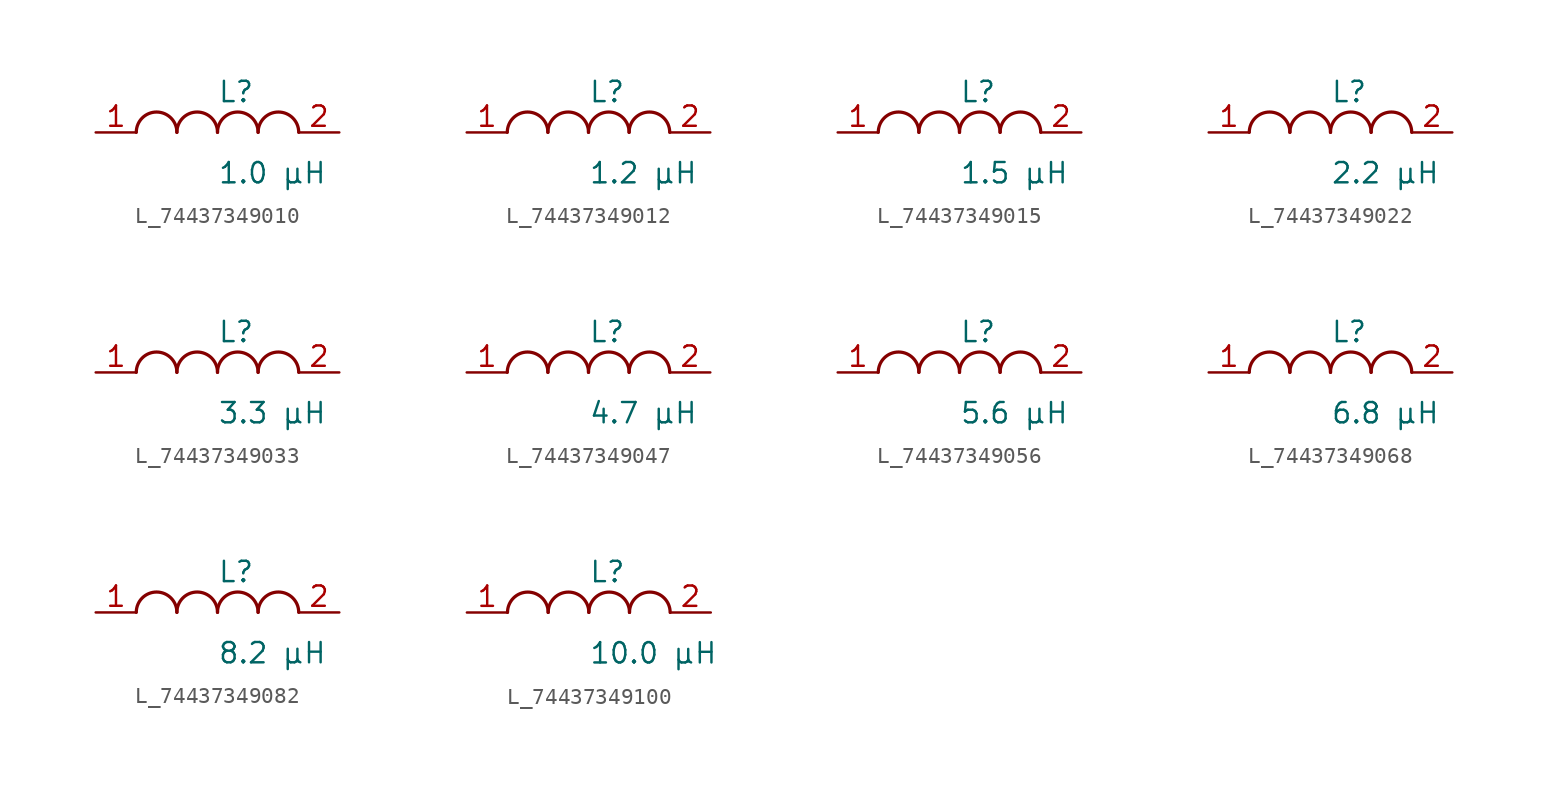
<source format=kicad_sym>
(kicad_symbol_lib
  (version 20231120)
  (generator kicad_symbol_editor)
  (generator_version 8.0)
  (symbol "L_74437349010"
    (pin_names
      (offset 0.254))
    (property "Reference" "L"
      (at 0 2.54 0)
      (effects (font (size 1.27 1.27)) (justify left)))
    (property "Value" "1.0 µH"
      (at 0 -2.54 0)
      (effects (font (size 1.27 1.27)) (justify left)))
    (symbol "L_74437349010_1_1"
      (arc (start -2.54 0.0056) (mid -3.81 1.27) (end -5.08 0.0056) (stroke (width 0.2032) (type default)) (fill (type none)))
      (arc (start 0 0.0056) (mid -1.27 1.27) (end -2.54 0.0056) (stroke (width 0.2032) (type default)) (fill (type none)))
      (arc (start 2.54 0.0056) (mid 1.27 1.27) (end 0 0.0056) (stroke (width 0.2032) (type default)) (fill (type none)))
      (arc (start 5.08 0.0056) (mid 3.81 1.27) (end 2.54 0.0056) (stroke (width 0.2032) (type default)) (fill (type none)))
      (pin passive line (at -7.62 0 0) (length 2.54) (name "" (effects (font (size 1.27 1.27)))) (number "1" (effects (font (size 1.27 1.27)))))
      (pin passive line (at 7.62 0 180) (length 2.54) (name "" (effects (font (size 1.27 1.27)))) (number "2" (effects (font (size 1.27 1.27)))))))
  (symbol "L_74437349012"
    (pin_names
      (offset 0.254))
    (property "Reference" "L"
      (at 0 2.54 0)
      (effects (font (size 1.27 1.27)) (justify left)))
    (property "Value" "1.2 µH"
      (at 0 -2.54 0)
      (effects (font (size 1.27 1.27)) (justify left)))
    (symbol "L_74437349012_1_1"
      (arc (start -2.54 0.0056) (mid -3.81 1.27) (end -5.08 0.0056) (stroke (width 0.2032) (type default)) (fill (type none)))
      (arc (start 0 0.0056) (mid -1.27 1.27) (end -2.54 0.0056) (stroke (width 0.2032) (type default)) (fill (type none)))
      (arc (start 2.54 0.0056) (mid 1.27 1.27) (end 0 0.0056) (stroke (width 0.2032) (type default)) (fill (type none)))
      (arc (start 5.08 0.0056) (mid 3.81 1.27) (end 2.54 0.0056) (stroke (width 0.2032) (type default)) (fill (type none)))
      (pin passive line (at -7.62 0 0) (length 2.54) (name "" (effects (font (size 1.27 1.27)))) (number "1" (effects (font (size 1.27 1.27)))))
      (pin passive line (at 7.62 0 180) (length 2.54) (name "" (effects (font (size 1.27 1.27)))) (number "2" (effects (font (size 1.27 1.27)))))))
  (symbol "L_74437349015"
    (pin_names
      (offset 0.254))
    (property "Reference" "L"
      (at 0 2.54 0)
      (effects (font (size 1.27 1.27)) (justify left)))
    (property "Value" "1.5 µH"
      (at 0 -2.54 0)
      (effects (font (size 1.27 1.27)) (justify left)))
    (symbol "L_74437349015_1_1"
      (arc (start -2.54 0.0056) (mid -3.81 1.27) (end -5.08 0.0056) (stroke (width 0.2032) (type default)) (fill (type none)))
      (arc (start 0 0.0056) (mid -1.27 1.27) (end -2.54 0.0056) (stroke (width 0.2032) (type default)) (fill (type none)))
      (arc (start 2.54 0.0056) (mid 1.27 1.27) (end 0 0.0056) (stroke (width 0.2032) (type default)) (fill (type none)))
      (arc (start 5.08 0.0056) (mid 3.81 1.27) (end 2.54 0.0056) (stroke (width 0.2032) (type default)) (fill (type none)))
      (pin passive line (at -7.62 0 0) (length 2.54) (name "" (effects (font (size 1.27 1.27)))) (number "1" (effects (font (size 1.27 1.27)))))
      (pin passive line (at 7.62 0 180) (length 2.54) (name "" (effects (font (size 1.27 1.27)))) (number "2" (effects (font (size 1.27 1.27)))))))
  (symbol "L_74437349022"
    (pin_names
      (offset 0.254))
    (property "Reference" "L"
      (at 0 2.54 0)
      (effects (font (size 1.27 1.27)) (justify left)))
    (property "Value" "2.2 µH"
      (at 0 -2.54 0)
      (effects (font (size 1.27 1.27)) (justify left)))
    (symbol "L_74437349022_1_1"
      (arc (start -2.54 0.0056) (mid -3.81 1.27) (end -5.08 0.0056) (stroke (width 0.2032) (type default)) (fill (type none)))
      (arc (start 0 0.0056) (mid -1.27 1.27) (end -2.54 0.0056) (stroke (width 0.2032) (type default)) (fill (type none)))
      (arc (start 2.54 0.0056) (mid 1.27 1.27) (end 0 0.0056) (stroke (width 0.2032) (type default)) (fill (type none)))
      (arc (start 5.08 0.0056) (mid 3.81 1.27) (end 2.54 0.0056) (stroke (width 0.2032) (type default)) (fill (type none)))
      (pin passive line (at -7.62 0 0) (length 2.54) (name "" (effects (font (size 1.27 1.27)))) (number "1" (effects (font (size 1.27 1.27)))))
      (pin passive line (at 7.62 0 180) (length 2.54) (name "" (effects (font (size 1.27 1.27)))) (number "2" (effects (font (size 1.27 1.27)))))))
  (symbol "L_74437349033"
    (pin_names
      (offset 0.254))
    (property "Reference" "L"
      (at 0 2.54 0)
      (effects (font (size 1.27 1.27)) (justify left)))
    (property "Value" "3.3 µH"
      (at 0 -2.54 0)
      (effects (font (size 1.27 1.27)) (justify left)))
    (symbol "L_74437349033_1_1"
      (arc (start -2.54 0.0056) (mid -3.81 1.27) (end -5.08 0.0056) (stroke (width 0.2032) (type default)) (fill (type none)))
      (arc (start 0 0.0056) (mid -1.27 1.27) (end -2.54 0.0056) (stroke (width 0.2032) (type default)) (fill (type none)))
      (arc (start 2.54 0.0056) (mid 1.27 1.27) (end 0 0.0056) (stroke (width 0.2032) (type default)) (fill (type none)))
      (arc (start 5.08 0.0056) (mid 3.81 1.27) (end 2.54 0.0056) (stroke (width 0.2032) (type default)) (fill (type none)))
      (pin passive line (at -7.62 0 0) (length 2.54) (name "" (effects (font (size 1.27 1.27)))) (number "1" (effects (font (size 1.27 1.27)))))
      (pin passive line (at 7.62 0 180) (length 2.54) (name "" (effects (font (size 1.27 1.27)))) (number "2" (effects (font (size 1.27 1.27)))))))
  (symbol "L_74437349047"
    (pin_names
      (offset 0.254))
    (property "Reference" "L"
      (at 0 2.54 0)
      (effects (font (size 1.27 1.27)) (justify left)))
    (property "Value" "4.7 µH"
      (at 0 -2.54 0)
      (effects (font (size 1.27 1.27)) (justify left)))
    (symbol "L_74437349047_1_1"
      (arc (start -2.54 0.0056) (mid -3.81 1.27) (end -5.08 0.0056) (stroke (width 0.2032) (type default)) (fill (type none)))
      (arc (start 0 0.0056) (mid -1.27 1.27) (end -2.54 0.0056) (stroke (width 0.2032) (type default)) (fill (type none)))
      (arc (start 2.54 0.0056) (mid 1.27 1.27) (end 0 0.0056) (stroke (width 0.2032) (type default)) (fill (type none)))
      (arc (start 5.08 0.0056) (mid 3.81 1.27) (end 2.54 0.0056) (stroke (width 0.2032) (type default)) (fill (type none)))
      (pin passive line (at -7.62 0 0) (length 2.54) (name "" (effects (font (size 1.27 1.27)))) (number "1" (effects (font (size 1.27 1.27)))))
      (pin passive line (at 7.62 0 180) (length 2.54) (name "" (effects (font (size 1.27 1.27)))) (number "2" (effects (font (size 1.27 1.27)))))))
  (symbol "L_74437349056"
    (pin_names
      (offset 0.254))
    (property "Reference" "L"
      (at 0 2.54 0)
      (effects (font (size 1.27 1.27)) (justify left)))
    (property "Value" "5.6 µH"
      (at 0 -2.54 0)
      (effects (font (size 1.27 1.27)) (justify left)))
    (symbol "L_74437349056_1_1"
      (arc (start -2.54 0.0056) (mid -3.81 1.27) (end -5.08 0.0056) (stroke (width 0.2032) (type default)) (fill (type none)))
      (arc (start 0 0.0056) (mid -1.27 1.27) (end -2.54 0.0056) (stroke (width 0.2032) (type default)) (fill (type none)))
      (arc (start 2.54 0.0056) (mid 1.27 1.27) (end 0 0.0056) (stroke (width 0.2032) (type default)) (fill (type none)))
      (arc (start 5.08 0.0056) (mid 3.81 1.27) (end 2.54 0.0056) (stroke (width 0.2032) (type default)) (fill (type none)))
      (pin passive line (at -7.62 0 0) (length 2.54) (name "" (effects (font (size 1.27 1.27)))) (number "1" (effects (font (size 1.27 1.27)))))
      (pin passive line (at 7.62 0 180) (length 2.54) (name "" (effects (font (size 1.27 1.27)))) (number "2" (effects (font (size 1.27 1.27)))))))
  (symbol "L_74437349068"
    (pin_names
      (offset 0.254))
    (property "Reference" "L"
      (at 0 2.54 0)
      (effects (font (size 1.27 1.27)) (justify left)))
    (property "Value" "6.8 µH"
      (at 0 -2.54 0)
      (effects (font (size 1.27 1.27)) (justify left)))
    (symbol "L_74437349068_1_1"
      (arc (start -2.54 0.0056) (mid -3.81 1.27) (end -5.08 0.0056) (stroke (width 0.2032) (type default)) (fill (type none)))
      (arc (start 0 0.0056) (mid -1.27 1.27) (end -2.54 0.0056) (stroke (width 0.2032) (type default)) (fill (type none)))
      (arc (start 2.54 0.0056) (mid 1.27 1.27) (end 0 0.0056) (stroke (width 0.2032) (type default)) (fill (type none)))
      (arc (start 5.08 0.0056) (mid 3.81 1.27) (end 2.54 0.0056) (stroke (width 0.2032) (type default)) (fill (type none)))
      (pin passive line (at -7.62 0 0) (length 2.54) (name "" (effects (font (size 1.27 1.27)))) (number "1" (effects (font (size 1.27 1.27)))))
      (pin passive line (at 7.62 0 180) (length 2.54) (name "" (effects (font (size 1.27 1.27)))) (number "2" (effects (font (size 1.27 1.27)))))))
  (symbol "L_74437349082"
    (pin_names
      (offset 0.254))
    (property "Reference" "L"
      (at 0 2.54 0)
      (effects (font (size 1.27 1.27)) (justify left)))
    (property "Value" "8.2 µH"
      (at 0 -2.54 0)
      (effects (font (size 1.27 1.27)) (justify left)))
    (symbol "L_74437349082_1_1"
      (arc (start -2.54 0.0056) (mid -3.81 1.27) (end -5.08 0.0056) (stroke (width 0.2032) (type default)) (fill (type none)))
      (arc (start 0 0.0056) (mid -1.27 1.27) (end -2.54 0.0056) (stroke (width 0.2032) (type default)) (fill (type none)))
      (arc (start 2.54 0.0056) (mid 1.27 1.27) (end 0 0.0056) (stroke (width 0.2032) (type default)) (fill (type none)))
      (arc (start 5.08 0.0056) (mid 3.81 1.27) (end 2.54 0.0056) (stroke (width 0.2032) (type default)) (fill (type none)))
      (pin passive line (at -7.62 0 0) (length 2.54) (name "" (effects (font (size 1.27 1.27)))) (number "1" (effects (font (size 1.27 1.27)))))
      (pin passive line (at 7.62 0 180) (length 2.54) (name "" (effects (font (size 1.27 1.27)))) (number "2" (effects (font (size 1.27 1.27)))))))
  (symbol "L_74437349100"
    (pin_names
      (offset 0.254))
    (property "Reference" "L"
      (at 0 2.54 0)
      (effects (font (size 1.27 1.27)) (justify left)))
    (property "Value" "10.0 µH"
      (at 0 -2.54 0)
      (effects (font (size 1.27 1.27)) (justify left)))
    (symbol "L_74437349100_1_1"
      (arc (start -2.54 0.0056) (mid -3.81 1.27) (end -5.08 0.0056) (stroke (width 0.2032) (type default)) (fill (type none)))
      (arc (start 0 0.0056) (mid -1.27 1.27) (end -2.54 0.0056) (stroke (width 0.2032) (type default)) (fill (type none)))
      (arc (start 2.54 0.0056) (mid 1.27 1.27) (end 0 0.0056) (stroke (width 0.2032) (type default)) (fill (type none)))
      (arc (start 5.08 0.0056) (mid 3.81 1.27) (end 2.54 0.0056) (stroke (width 0.2032) (type default)) (fill (type none)))
      (pin passive line (at -7.62 0 0) (length 2.54) (name "" (effects (font (size 1.27 1.27)))) (number "1" (effects (font (size 1.27 1.27)))))
      (pin passive line (at 7.62 0 180) (length 2.54) (name "" (effects (font (size 1.27 1.27)))) (number "2" (effects (font (size 1.27 1.27))))))))
</source>
